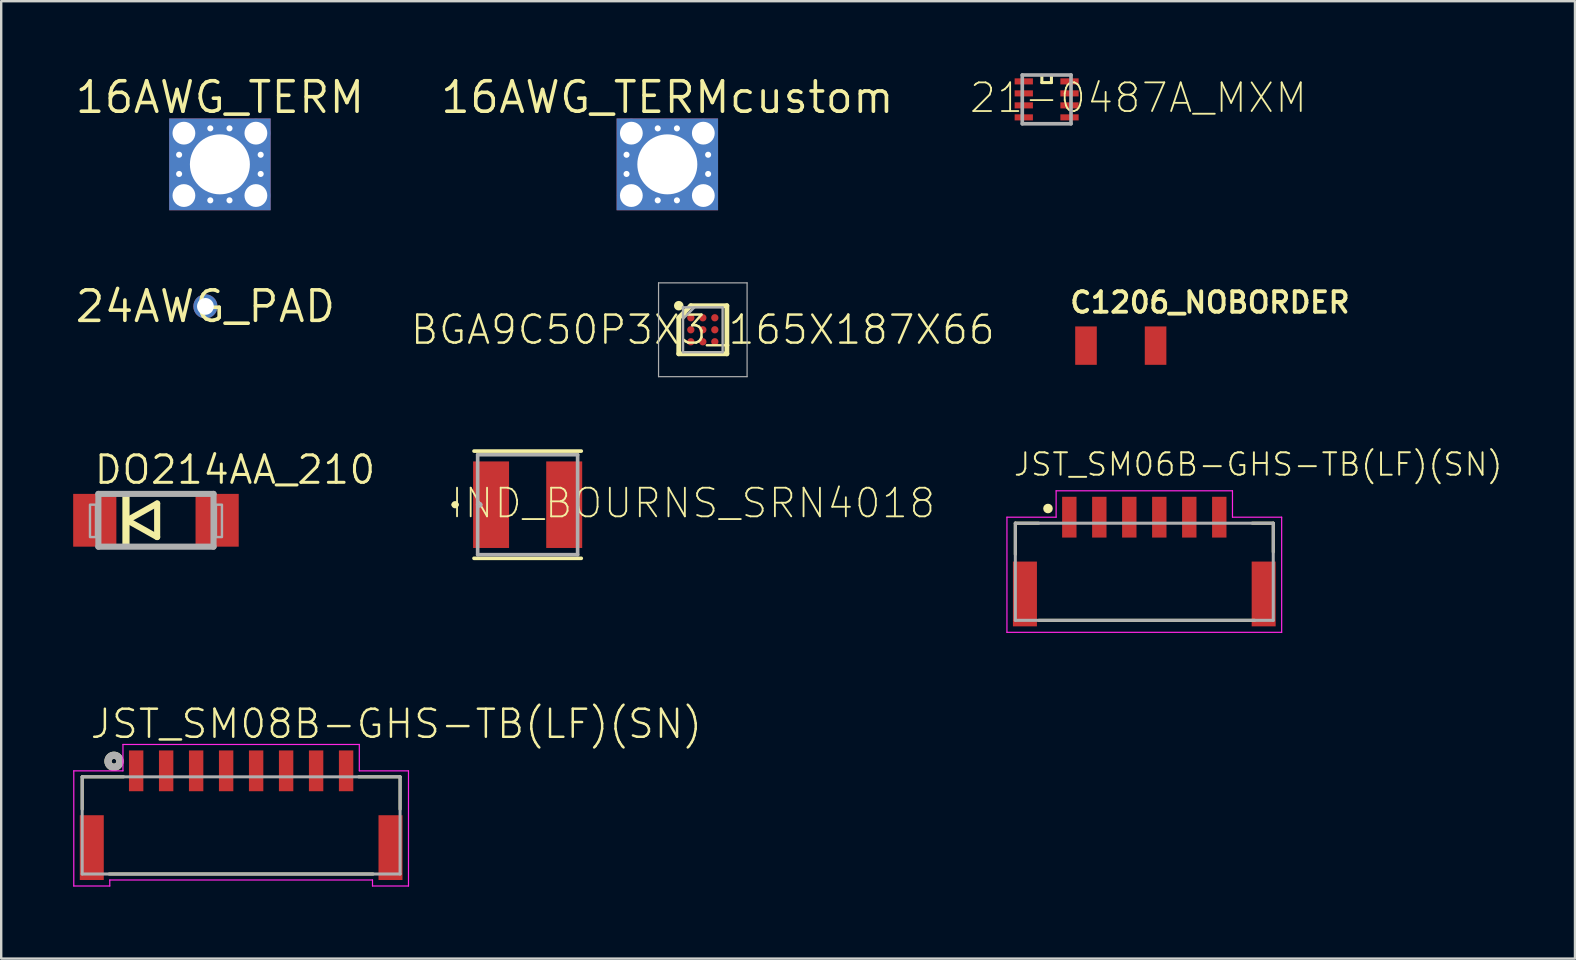
<source format=kicad_pcb>
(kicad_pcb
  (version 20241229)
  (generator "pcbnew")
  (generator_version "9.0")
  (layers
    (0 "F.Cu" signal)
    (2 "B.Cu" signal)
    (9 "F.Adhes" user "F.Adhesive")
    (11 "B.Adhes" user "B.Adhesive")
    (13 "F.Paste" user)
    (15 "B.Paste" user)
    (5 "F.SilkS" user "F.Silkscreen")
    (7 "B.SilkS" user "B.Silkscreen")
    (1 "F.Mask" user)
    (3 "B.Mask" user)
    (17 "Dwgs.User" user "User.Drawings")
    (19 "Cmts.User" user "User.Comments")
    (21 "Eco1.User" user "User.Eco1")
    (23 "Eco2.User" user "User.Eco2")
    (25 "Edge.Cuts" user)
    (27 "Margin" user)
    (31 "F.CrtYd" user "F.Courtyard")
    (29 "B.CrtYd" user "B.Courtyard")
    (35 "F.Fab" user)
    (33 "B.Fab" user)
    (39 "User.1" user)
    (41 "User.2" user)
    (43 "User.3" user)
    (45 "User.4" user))
  (footprint "IND_BOURNS_SRN4018"
    (layer "F.Cu")
    (at 18.941 17.985)
    (property "Reference" "IND_BOURNS_SRN4018" (at -3.277 0.635 0) (unlocked yes) (layer "F.SilkS") (effects (font (size 1.194 1.194) (thickness 0.076)) (justify left bottom)))
    (fp_line (start -2.235 2.235) (end 2.235 2.235) (stroke (width 0.152) (type solid)) (layer "F.SilkS"))
    (fp_line (start 2.235 -2.235) (end -2.235 -2.235) (stroke (width 0.152) (type solid)) (layer "F.SilkS"))
    (fp_arc (start -3.0988 0) (mid -3.0226 -0.0762) (end -2.9464 0) (stroke (width 0.1524) (type solid)) (layer "F.SilkS"))
    (fp_arc (start -2.9464 0) (mid -3.0226 0.0762) (end -3.0988 0) (stroke (width 0.1524) (type solid)) (layer "F.SilkS"))
    (fp_line (start -2.083 -2.083) (end -2.083 0) (stroke (width 0.152) (type solid)) (layer "F.Fab"))
    (fp_line (start -2.083 0) (end -2.083 2.083) (stroke (width 0.152) (type solid)) (layer "F.Fab"))
    (fp_line (start -2.083 2.083) (end 2.083 2.083) (stroke (width 0.152) (type solid)) (layer "F.Fab"))
    (fp_line (start 2.083 -2.083) (end -2.083 -2.083) (stroke (width 0.152) (type solid)) (layer "F.Fab"))
    (fp_line (start 2.083 2.083) (end 2.083 -2.083) (stroke (width 0.152) (type solid)) (layer "F.Fab"))
    (fp_arc (start -2.0828 0) (mid -2.0066 -0.0762) (end -1.9304 0) (stroke (width 0.1) (type solid)) (layer "F.Fab"))
    (fp_arc (start -1.9304 0) (mid -2.0066 0.0762) (end -2.0828 0) (stroke (width 0.1) (type solid)) (layer "F.Fab"))
    (pad "1" smd rect (at -1.524 0) (size 1.499 3.607) (layers "F.Cu" "F.Mask" "F.Paste"))
    (pad "2" smd rect (at 1.524 0) (size 1.499 3.607) (layers "F.Cu" "F.Mask" "F.Paste")))
  (footprint "JST_SM08B-GHS-TB(LF)(SN)"
    (layer "F.Cu")
    (at 7 29.077)
    (property "Reference" "JST_SM08B-GHS-TB(LF)(SN)" (at -6.359 -1.272 0) (unlocked yes) (layer "F.SilkS") (effects (font (size 1.17 1.17) (thickness 0.102)) (justify left bottom)))
    (fp_line (start -6.625 0.25) (end -6.625 1.6) (stroke (width 0.127) (type solid)) (layer "F.SilkS"))
    (fp_line (start -5.5 4.3) (end 5.5 4.3) (stroke (width 0.127) (type solid)) (layer "F.SilkS"))
    (fp_line (start -4.9 0.25) (end -6.625 0.25) (stroke (width 0.127) (type solid)) (layer "F.SilkS"))
    (fp_line (start 6.625 0.25) (end 4.9 0.25) (stroke (width 0.127) (type solid)) (layer "F.SilkS"))
    (fp_line (start 6.625 0.25) (end 6.625 1.6) (stroke (width 0.127) (type solid)) (layer "F.SilkS"))
    (fp_circle (center -5.3 -0.4) (end -5.2 -0.4) (stroke (width 0.3) (type solid)) (fill no) (layer "F.SilkS"))
    (fp_line (start -6.975 0) (end -4.925 0) (stroke (width 0.05) (type solid)) (layer "F.CrtYd"))
    (fp_line (start -6.975 4.8) (end -6.975 0) (stroke (width 0.05) (type solid)) (layer "F.CrtYd"))
    (fp_line (start -5.475 4.55) (end -5.475 4.8) (stroke (width 0.05) (type solid)) (layer "F.CrtYd"))
    (fp_line (start -5.475 4.8) (end -6.975 4.8) (stroke (width 0.05) (type solid)) (layer "F.CrtYd"))
    (fp_line (start -4.925 -1.1) (end 4.925 -1.1) (stroke (width 0.05) (type solid)) (layer "F.CrtYd"))
    (fp_line (start -4.925 0) (end -4.925 -1.1) (stroke (width 0.05) (type solid)) (layer "F.CrtYd"))
    (fp_line (start 4.925 -1.1) (end 4.925 0) (stroke (width 0.05) (type solid)) (layer "F.CrtYd"))
    (fp_line (start 4.925 0) (end 6.975 0) (stroke (width 0.05) (type solid)) (layer "F.CrtYd"))
    (fp_line (start 5.475 4.55) (end -5.475 4.55) (stroke (width 0.05) (type solid)) (layer "F.CrtYd"))
    (fp_line (start 5.475 4.8) (end 5.475 4.55) (stroke (width 0.05) (type solid)) (layer "F.CrtYd"))
    (fp_line (start 6.975 0) (end 6.975 4.8) (stroke (width 0.05) (type solid)) (layer "F.CrtYd"))
    (fp_line (start 6.975 4.8) (end 5.475 4.8) (stroke (width 0.05) (type solid)) (layer "F.CrtYd"))
    (fp_line (start -6.625 0.25) (end 6.625 0.25) (stroke (width 0.127) (type solid)) (layer "F.Fab"))
    (fp_line (start -6.625 4.3) (end -6.625 0.25) (stroke (width 0.127) (type solid)) (layer "F.Fab"))
    (fp_line (start 6.625 0.25) (end 6.625 4.3) (stroke (width 0.127) (type solid)) (layer "F.Fab"))
    (fp_line (start 6.625 4.3) (end -6.625 4.3) (stroke (width 0.127) (type solid)) (layer "F.Fab"))
    (fp_circle (center -5.3 -0.4) (end -5.2 -0.4) (stroke (width 0.3) (type solid)) (fill no) (layer "F.Fab"))
    (pad "1" smd rect (at -4.375 0 90) (size 1.7 0.6) (layers "F.Cu" "F.Mask" "F.Paste"))
    (pad "2" smd rect (at -3.125 0 90) (size 1.7 0.6) (layers "F.Cu" "F.Mask" "F.Paste"))
    (pad "3" smd rect (at -1.875 0 90) (size 1.7 0.6) (layers "F.Cu" "F.Mask" "F.Paste"))
    (pad "4" smd rect (at -0.625 0 90) (size 1.7 0.6) (layers "F.Cu" "F.Mask" "F.Paste"))
    (pad "5" smd rect (at 0.625 0 90) (size 1.7 0.6) (layers "F.Cu" "F.Mask" "F.Paste"))
    (pad "6" smd rect (at 1.875 0 90) (size 1.7 0.6) (layers "F.Cu" "F.Mask" "F.Paste"))
    (pad "7" smd rect (at 3.125 0 90) (size 1.7 0.6) (layers "F.Cu" "F.Mask" "F.Paste"))
    (pad "8" smd rect (at 4.375 0 90) (size 1.7 0.6) (layers "F.Cu" "F.Mask" "F.Paste"))
    (pad "SH1" smd rect (at -6.225 3.2) (size 1 2.7) (layers "F.Cu" "F.Mask" "F.Paste"))
    (pad "SH2" smd rect (at 6.225 3.2) (size 1 2.7) (layers "F.Cu" "F.Mask" "F.Paste")))
  (footprint "DO214AA_210"
    (layer "F.Cu")
    (at 3.45 18.634)
    (property "Reference" "DO214AA_210" (at -2.64 -1.436 0) (unlocked yes) (layer "F.SilkS") (effects (font (size 1.143 1.143) (thickness 0.127)) (justify left bottom)))
    (fp_line (start -1.2 0) (end 0.05 -0.7) (stroke (width 0.254) (type solid)) (layer "F.SilkS"))
    (fp_line (start 0.05 -0.7) (end 0.05 0.7) (stroke (width 0.254) (type solid)) (layer "F.SilkS"))
    (fp_line (start 0.05 0.7) (end -1.2 0) (stroke (width 0.254) (type solid)) (layer "F.SilkS"))
    (fp_poly (pts (xy -1.4 1.05) (xy -1.1 1.05) (xy -1.1 -1.05) (xy -1.4 -1.05)) (stroke (width 0) (type default)) (fill yes) (layer "F.SilkS"))
    (fp_line (start -2.4 -1.1) (end 2.4 -1.1) (stroke (width 0.254) (type solid)) (layer "F.Fab"))
    (fp_line (start -2.4 1.1) (end -2.4 -1.1) (stroke (width 0.254) (type solid)) (layer "F.Fab"))
    (fp_line (start 2.4 -1.1) (end 2.4 1.1) (stroke (width 0.254) (type solid)) (layer "F.Fab"))
    (fp_line (start 2.4 1.1) (end -2.4 1.1) (stroke (width 0.254) (type solid)) (layer "F.Fab"))
    (fp_poly (pts (xy -2.75 0.7) (xy -2.5 0.7) (xy -2.5 -0.65) (xy -2.75 -0.65)) (stroke (width 0.1) (type default)) (fill no) (layer "F.Fab"))
    (fp_poly (pts (xy 2.5 0.7) (xy 2.75 0.7) (xy 2.75 -0.65) (xy 2.5 -0.65)) (stroke (width 0.1) (type default)) (fill no) (layer "F.Fab"))
    (pad "A" smd rect (at 2.55 0) (size 1.8 2.2) (layers "F.Cu" "F.Mask" "F.Paste"))
    (pad "C" smd rect (at -2.55 0) (size 1.8 2.2) (layers "F.Cu" "F.Mask" "F.Paste")))
  (footprint "C1206_NOBORDER"
    (layer "F.Cu")
    (at 43.662 11.355)
    (property "Reference" "C1206_NOBORDER" (at -2.2 -1.3 0) (unlocked yes) (layer "F.SilkS") (effects (font (size 0.853 0.853) (thickness 0.163)) (justify left bottom)))
    (pad "P$1" smd rect (at -1.45 0 180) (size 0.9 1.6) (layers "F.Cu" "F.Mask" "F.Paste"))
    (pad "P$2" smd rect (at 1.45 0 180) (size 0.9 1.6) (layers "F.Cu" "F.Mask" "F.Paste")))
  (footprint "BGA9C50P3X3_165X187X66"
    (layer "F.Cu")
    (at 26.242 10.694)
    (property "Reference" "BGA9C50P3X3_165X187X66" (at 0 0 0) (unlocked yes) (layer "F.SilkS") (effects (font (size 1.168 1.168) (thickness 0.102))))
    (fp_line (start -1.003 -0.5) (end -0.5 -1.003) (stroke (width 0.2) (type solid)) (layer "F.SilkS"))
    (fp_line (start -1.003 1.003) (end -1.003 -0.5) (stroke (width 0.2) (type solid)) (layer "F.SilkS"))
    (fp_line (start -0.5 -1.003) (end 1.003 -1.003) (stroke (width 0.2) (type solid)) (layer "F.SilkS"))
    (fp_line (start 1.003 -1.003) (end 1.003 1.003) (stroke (width 0.2) (type solid)) (layer "F.SilkS"))
    (fp_line (start 1.003 1.003) (end -1.003 1.003) (stroke (width 0.2) (type solid)) (layer "F.SilkS"))
    (fp_circle (center -1.003 -1.003) (end -0.903 -1.003) (stroke (width 0.2) (type solid)) (fill no) (layer "F.SilkS"))
    (fp_line (start -1.845 -1.955) (end 1.845 -1.955) (stroke (width 0.05) (type solid)) (layer "F.Fab"))
    (fp_line (start -1.845 1.955) (end -1.845 -1.955) (stroke (width 0.05) (type solid)) (layer "F.Fab"))
    (fp_line (start -0.825 -0.935) (end 0.825 -0.935) (stroke (width 0.1) (type solid)) (layer "F.Fab"))
    (fp_line (start -0.825 -0.458) (end -0.347 -0.936) (stroke (width 0.1) (type solid)) (layer "F.Fab"))
    (fp_line (start -0.825 0.935) (end -0.825 -0.935) (stroke (width 0.1) (type solid)) (layer "F.Fab"))
    (fp_line (start 0.825 -0.935) (end 0.825 0.935) (stroke (width 0.1) (type solid)) (layer "F.Fab"))
    (fp_line (start 0.825 0.935) (end -0.825 0.935) (stroke (width 0.1) (type solid)) (layer "F.Fab"))
    (fp_line (start 1.845 -1.955) (end 1.845 1.955) (stroke (width 0.05) (type solid)) (layer "F.Fab"))
    (fp_line (start 1.845 1.955) (end -1.845 1.955) (stroke (width 0.05) (type solid)) (layer "F.Fab"))
    (pad "A1" smd roundrect (at -0.5 -0.5) (size 0.306 0.306) (layers "F.Cu" "F.Mask" "F.Paste") (roundrect_rratio 0.5))
    (pad "A2" smd roundrect (at 0 -0.5) (size 0.306 0.306) (layers "F.Cu" "F.Mask" "F.Paste") (roundrect_rratio 0.5))
    (pad "A3" smd roundrect (at 0.5 -0.5) (size 0.306 0.306) (layers "F.Cu" "F.Mask" "F.Paste") (roundrect_rratio 0.5))
    (pad "B1" smd roundrect (at -0.5 0) (size 0.306 0.306) (layers "F.Cu" "F.Mask" "F.Paste") (roundrect_rratio 0.5))
    (pad "B2" smd roundrect (at 0 0) (size 0.306 0.306) (layers "F.Cu" "F.Mask" "F.Paste") (roundrect_rratio 0.5))
    (pad "B3" smd roundrect (at 0.5 0) (size 0.306 0.306) (layers "F.Cu" "F.Mask" "F.Paste") (roundrect_rratio 0.5))
    (pad "C1" smd roundrect (at -0.5 0.5) (size 0.306 0.306) (layers "F.Cu" "F.Mask" "F.Paste") (roundrect_rratio 0.5))
    (pad "C2" smd roundrect (at 0 0.5) (size 0.306 0.306) (layers "F.Cu" "F.Mask" "F.Paste") (roundrect_rratio 0.5))
    (pad "C3" smd roundrect (at 0.5 0.5) (size 0.306 0.306) (layers "F.Cu" "F.Mask" "F.Paste") (roundrect_rratio 0.5)))
  (footprint "24AWG_PAD"
    (layer "F.Cu")
    (at 5.511 9.72)
    (property "Reference" "24AWG_PAD" (at 0 0 0) (layer "F.SilkS") (effects (font (size 1.27 1.27) (thickness 0.15))))
    (pad "P$1" thru_hole circle (at 0 0) (size 1.005 1.005) (drill 0.7) (layers "*.Cu" "*.Mask")))
  (footprint "16AWG_TERMcustom"
    (layer "F.Cu")
    (at 24.763 3.8)
    (property "Reference" "16AWG_TERMcustom" (at 0 -2.794 0) (layer "F.SilkS") (effects (font (size 1.27 1.27) (thickness 0.15))))
    (fp_poly (pts (xy 2.114 1.913) (xy -2.114 1.913) (xy -2.114 -1.913) (xy 2.114 -1.913)) (stroke (width 0) (type default)) (fill yes) (layer "F.Cu"))
    (fp_poly (pts (xy 2.114 1.913) (xy -2.114 1.913) (xy -2.114 -1.913) (xy 2.114 -1.913)) (stroke (width 0) (type default)) (fill yes) (layer "F.Mask"))
    (fp_poly (pts (xy 2.114 1.913) (xy -2.114 1.913) (xy -2.114 -1.913) (xy 2.114 -1.913)) (stroke (width 0) (type default)) (fill yes) (layer "B.Cu"))
    (fp_poly (pts (xy 2.114 1.913) (xy -2.114 1.913) (xy -2.114 -1.913) (xy 2.114 -1.913)) (stroke (width 0) (type default)) (fill yes) (layer "B.Mask"))
    (fp_poly (pts (xy 2.114 1.913) (xy -2.114 1.913) (xy -2.114 -1.913) (xy 2.114 -1.913)) (stroke (width 0) (type default)) (fill yes) (layer "In1.Cu"))
    (fp_poly (pts (xy 2.114 1.913) (xy -2.114 1.913) (xy -2.114 -1.913) (xy 2.114 -1.913)) (stroke (width 0) (type default)) (fill yes) (layer "In2.Cu"))
    (pad "1" thru_hole circle (at 0 0) (size 3 3) (drill 2.5) (layers "*.Cu" "*.Mask"))
    (pad "2" thru_hole circle (at -1.7 -0.4) (size 0.559 0.559) (drill 0.254) (layers "*.Cu"))
    (pad "3" thru_hole circle (at -1.7 0.4) (size 0.559 0.559) (drill 0.254) (layers "*.Cu"))
    (pad "4" thru_hole circle (at 1.7 -0.4) (size 0.559 0.559) (drill 0.254) (layers "*.Cu"))
    (pad "5" thru_hole circle (at 1.7 0.4) (size 0.559 0.559) (drill 0.254) (layers "*.Cu"))
    (pad "6" thru_hole circle (at -0.4 -1.5) (size 0.559 0.559) (drill 0.254) (layers "*.Cu"))
    (pad "7" thru_hole circle (at 0.4 -1.5) (size 0.559 0.559) (drill 0.254) (layers "*.Cu"))
    (pad "8" thru_hole circle (at -0.4 1.5) (size 0.559 0.559) (drill 0.254) (layers "*.Cu"))
    (pad "9" thru_hole circle (at 0.4 1.5) (size 0.559 0.559) (drill 0.254) (layers "*.Cu"))
    (pad "10" thru_hole circle (at -1.5 -1.3) (size 1.2 1.2) (drill 0.95) (layers "*.Cu"))
    (pad "11" thru_hole circle (at 1.5 -1.3) (size 1.2 1.2) (drill 0.95) (layers "*.Cu"))
    (pad "12" thru_hole circle (at -1.5 1.3) (size 1.2 1.2) (drill 0.95) (layers "*.Cu"))
    (pad "13" thru_hole circle (at 1.5 1.3) (size 1.2 1.2) (drill 0.95) (layers "*.Cu")))
  (footprint "21-0487A_MXM"
    (layer "F.Cu")
    (at 40.572 1.092)
    (property "Reference" "21-0487A_MXM" (at -3.277 0.635 0) (unlocked yes) (layer "F.SilkS") (effects (font (size 1.194 1.194) (thickness 0.076)) (justify left bottom)))
    (fp_line (start -0.2 -1) (end -0.2 -0.7) (stroke (width 0.127) (type solid)) (layer "F.SilkS"))
    (fp_line (start -0.2 -0.7) (end 0.2 -0.7) (stroke (width 0.127) (type solid)) (layer "F.SilkS"))
    (fp_line (start 0.2 -0.7) (end 0.2 -1) (stroke (width 0.127) (type solid)) (layer "F.SilkS"))
    (fp_line (start -1.016 -1.016) (end -1.016 1.016) (stroke (width 0.152) (type solid)) (layer "F.Fab"))
    (fp_line (start -1.016 1.016) (end 1.016 1.016) (stroke (width 0.152) (type solid)) (layer "F.Fab"))
    (fp_line (start 1.016 -1.016) (end -1.016 -1.016) (stroke (width 0.152) (type solid)) (layer "F.Fab"))
    (fp_line (start 1.016 1.016) (end 1.016 -1.016) (stroke (width 0.152) (type solid)) (layer "F.Fab"))
    (pad "1" smd rect (at -0.953 -0.75) (size 0.762 0.254) (layers "F.Cu" "F.Mask" "F.Paste"))
    (pad "2" smd rect (at -0.953 -0.25) (size 0.762 0.254) (layers "F.Cu" "F.Mask" "F.Paste"))
    (pad "3" smd rect (at -0.953 0.25) (size 0.762 0.254) (layers "F.Cu" "F.Mask" "F.Paste"))
    (pad "4" smd rect (at -0.953 0.75) (size 0.762 0.254) (layers "F.Cu" "F.Mask" "F.Paste"))
    (pad "5" smd rect (at 0.953 0.75) (size 0.762 0.254) (layers "F.Cu" "F.Mask" "F.Paste"))
    (pad "6" smd rect (at 0.953 0.25) (size 0.762 0.254) (layers "F.Cu" "F.Mask" "F.Paste"))
    (pad "7" smd rect (at 0.953 -0.25) (size 0.762 0.254) (layers "F.Cu" "F.Mask" "F.Paste"))
    (pad "8" smd rect (at 0.953 -0.75) (size 0.762 0.254) (layers "F.Cu" "F.Mask" "F.Paste")))
  (footprint "16AWG_TERM"
    (layer "F.Cu")
    (at 6.115 3.8)
    (property "Reference" "16AWG_TERM" (at 0 -2.794 0) (layer "F.SilkS") (effects (font (size 1.27 1.27) (thickness 0.15))))
    (fp_poly (pts (xy 2.114 1.913) (xy -2.114 1.913) (xy -2.114 -1.913) (xy 2.114 -1.913)) (stroke (width 0) (type default)) (fill yes) (layer "F.Cu"))
    (fp_poly (pts (xy 2.114 1.913) (xy -2.114 1.913) (xy -2.114 -1.913) (xy 2.114 -1.913)) (stroke (width 0) (type default)) (fill yes) (layer "F.Mask"))
    (fp_poly (pts (xy 2.114 1.913) (xy -2.114 1.913) (xy -2.114 -1.913) (xy 2.114 -1.913)) (stroke (width 0) (type default)) (fill yes) (layer "B.Cu"))
    (fp_poly (pts (xy 2.114 1.913) (xy -2.114 1.913) (xy -2.114 -1.913) (xy 2.114 -1.913)) (stroke (width 0) (type default)) (fill yes) (layer "B.Mask"))
    (fp_poly (pts (xy 2.114 1.913) (xy -2.114 1.913) (xy -2.114 -1.913) (xy 2.114 -1.913)) (stroke (width 0) (type default)) (fill yes) (layer "In1.Cu"))
    (fp_poly (pts (xy 2.114 1.913) (xy -2.114 1.913) (xy -2.114 -1.913) (xy 2.114 -1.913)) (stroke (width 0) (type default)) (fill yes) (layer "In2.Cu"))
    (pad "1" thru_hole circle (at 0 0) (size 3 3) (drill 2.5) (layers "*.Cu" "*.Mask"))
    (pad "2" thru_hole circle (at -1.7 -0.4) (size 0.559 0.559) (drill 0.254) (layers "*.Cu"))
    (pad "3" thru_hole circle (at -1.7 0.4) (size 0.559 0.559) (drill 0.254) (layers "*.Cu"))
    (pad "4" thru_hole circle (at 1.7 -0.4) (size 0.559 0.559) (drill 0.254) (layers "*.Cu"))
    (pad "5" thru_hole circle (at 1.7 0.4) (size 0.559 0.559) (drill 0.254) (layers "*.Cu"))
    (pad "6" thru_hole circle (at -0.4 -1.5) (size 0.559 0.559) (drill 0.254) (layers "*.Cu"))
    (pad "7" thru_hole circle (at 0.4 -1.5) (size 0.559 0.559) (drill 0.254) (layers "*.Cu"))
    (pad "8" thru_hole circle (at -0.4 1.5) (size 0.559 0.559) (drill 0.254) (layers "*.Cu"))
    (pad "9" thru_hole circle (at 0.4 1.5) (size 0.559 0.559) (drill 0.254) (layers "*.Cu"))
    (pad "10" thru_hole circle (at -1.5 -1.3) (size 1.2 1.2) (drill 0.95) (layers "*.Cu"))
    (pad "11" thru_hole circle (at 1.5 -1.3) (size 1.2 1.2) (drill 0.95) (layers "*.Cu"))
    (pad "12" thru_hole circle (at -1.5 1.3) (size 1.2 1.2) (drill 0.95) (layers "*.Cu"))
    (pad "13" thru_hole circle (at 1.5 1.3) (size 1.2 1.2) (drill 0.95) (layers "*.Cu")))
  (footprint "JST_SM06B-GHS-TB(LF)(SN)"
    (layer "F.Cu")
    (at 44.642 20.355)
    (property "Reference" "JST_SM06B-GHS-TB(LF)(SN)" (at -5.503 -3.502 0) (unlocked yes) (layer "F.SilkS") (effects (font (size 0.935 0.935) (thickness 0.081)) (justify left bottom)))
    (fp_line (start -5.375 -1.6) (end -4.4 -1.6) (stroke (width 0.127) (type solid)) (layer "F.SilkS"))
    (fp_line (start -5.375 -0.3) (end -5.375 -1.6) (stroke (width 0.127) (type solid)) (layer "F.SilkS"))
    (fp_line (start -4.4 2.45) (end 4.6 2.45) (stroke (width 0.127) (type solid)) (layer "F.SilkS"))
    (fp_line (start 4.5 -1.6) (end 5.375 -1.6) (stroke (width 0.127) (type solid)) (layer "F.SilkS"))
    (fp_line (start 5.375 -1.6) (end 5.375 -0.4) (stroke (width 0.127) (type solid)) (layer "F.SilkS"))
    (fp_circle (center -4.014 -2.211) (end -3.914 -2.211) (stroke (width 0.2) (type solid)) (fill no) (layer "F.SilkS"))
    (fp_line (start -5.725 -1.85) (end -3.675 -1.85) (stroke (width 0.05) (type solid)) (layer "F.CrtYd"))
    (fp_line (start -5.725 2.95) (end -5.725 -1.85) (stroke (width 0.05) (type solid)) (layer "F.CrtYd"))
    (fp_line (start -3.675 -2.95) (end 3.675 -2.95) (stroke (width 0.05) (type solid)) (layer "F.CrtYd"))
    (fp_line (start -3.675 -1.85) (end -3.675 -2.95) (stroke (width 0.05) (type solid)) (layer "F.CrtYd"))
    (fp_line (start 3.675 -2.95) (end 3.675 -1.85) (stroke (width 0.05) (type solid)) (layer "F.CrtYd"))
    (fp_line (start 3.675 -1.85) (end 5.725 -1.85) (stroke (width 0.05) (type solid)) (layer "F.CrtYd"))
    (fp_line (start 5.725 -1.85) (end 5.725 2.95) (stroke (width 0.05) (type solid)) (layer "F.CrtYd"))
    (fp_line (start 5.725 2.95) (end -5.725 2.95) (stroke (width 0.05) (type solid)) (layer "F.CrtYd"))
    (fp_line (start -5.375 -1.6) (end 5.375 -1.6) (stroke (width 0.127) (type solid)) (layer "F.Fab"))
    (fp_line (start -5.375 2.45) (end -5.375 -1.6) (stroke (width 0.127) (type solid)) (layer "F.Fab"))
    (fp_line (start 5.375 -1.6) (end 5.375 2.45) (stroke (width 0.127) (type solid)) (layer "F.Fab"))
    (fp_line (start 5.375 2.45) (end -5.375 2.45) (stroke (width 0.127) (type solid)) (layer "F.Fab"))
    (pad "1" smd rect (at -3.125 -1.85) (size 0.6 1.7) (layers "F.Cu" "F.Mask" "F.Paste"))
    (pad "2" smd rect (at -1.875 -1.85) (size 0.6 1.7) (layers "F.Cu" "F.Mask" "F.Paste"))
    (pad "3" smd rect (at -0.625 -1.85) (size 0.6 1.7) (layers "F.Cu" "F.Mask" "F.Paste"))
    (pad "4" smd rect (at 0.625 -1.85) (size 0.6 1.7) (layers "F.Cu" "F.Mask" "F.Paste"))
    (pad "5" smd rect (at 1.875 -1.85) (size 0.6 1.7) (layers "F.Cu" "F.Mask" "F.Paste"))
    (pad "6" smd rect (at 3.125 -1.85) (size 0.6 1.7) (layers "F.Cu" "F.Mask" "F.Paste"))
    (pad "S1" smd rect (at 4.975 1.35) (size 1 2.7) (layers "F.Cu" "F.Mask" "F.Paste"))
    (pad "S2" smd rect (at -4.975 1.35) (size 1 2.7) (layers "F.Cu" "F.Mask" "F.Paste")))
  (gr_rect
    (start -3 -3)
    (end 62.592 36.902)
    (stroke (width 0.1) (type default))
    (fill no)
    (layer "Edge.Cuts")))
</source>
